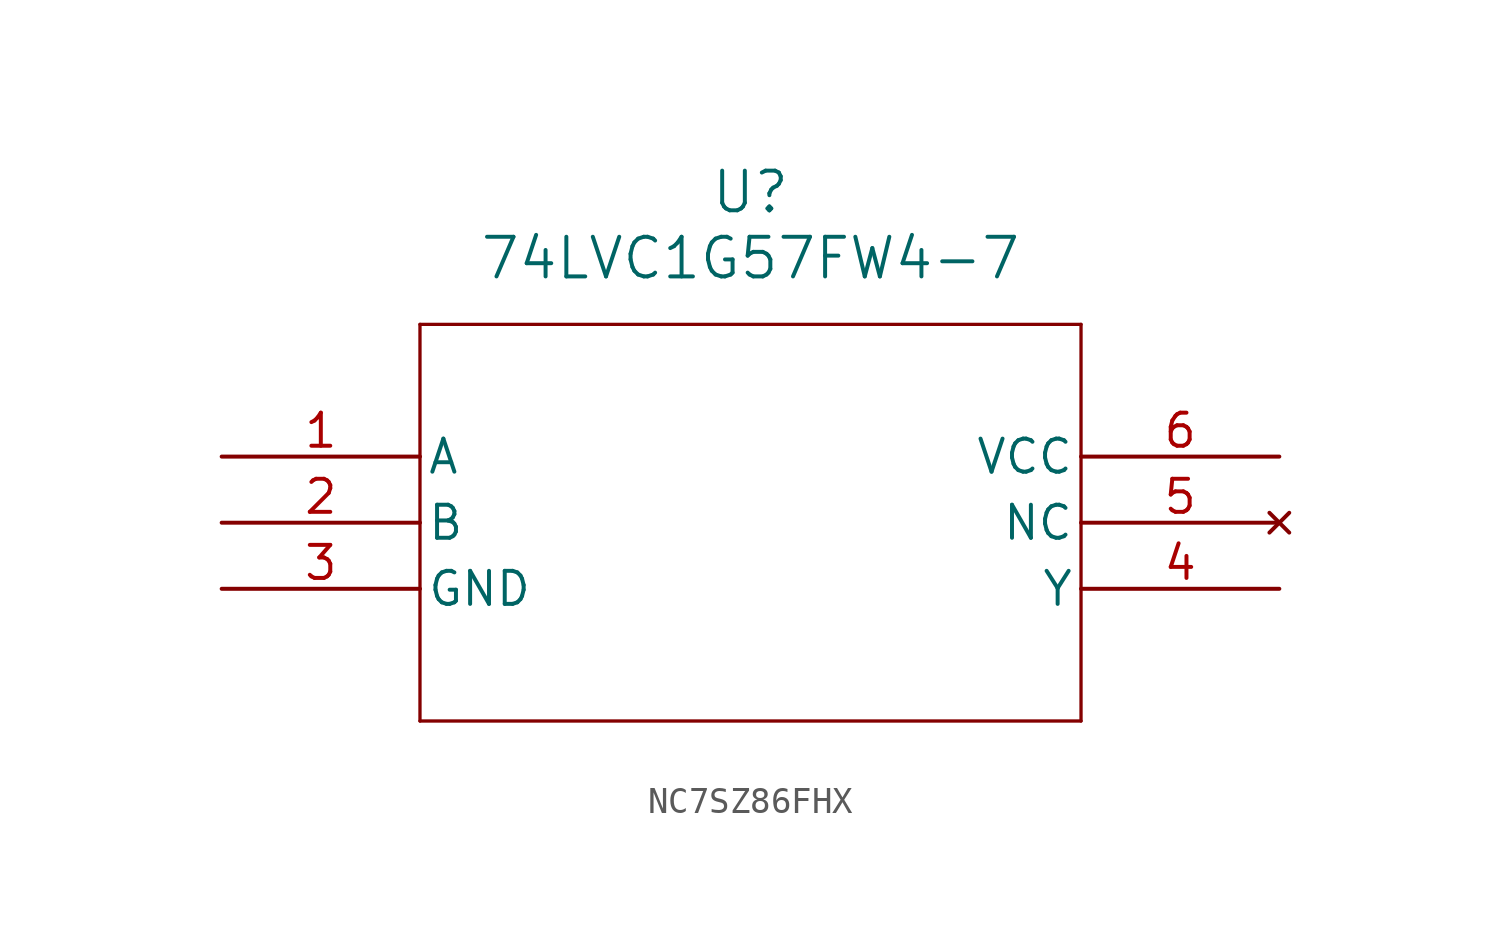
<source format=kicad_sym>
(kicad_symbol_lib
  (version 20241209)
  (generator "kicad_symbol_editor")
  (generator_version "9.0")
  (symbol "NC7SZ86FHX"
    (pin_names
      (offset 0.254))
    (property "Reference" "U"
      (at 20.32 10.16 0)
      (effects (font (size 1.524 1.524))))
    (property "Value" "74LVC1G57FW4-7"
      (at 20.32 7.62 0)
      (effects (font (size 1.524 1.524))))
    (property "ki_locked" ""
      (at 0 0 0)
      (effects (font (size 1.27 1.27))))
    (symbol "NC7SZ86FHX_0_1"
      (polyline (pts (xy 7.62 5.08) (xy 7.62 -10.16)) (stroke (width 0.127) (type default)) (fill (type none)))
      (polyline (pts (xy 7.62 -10.16) (xy 33.02 -10.16)) (stroke (width 0.127) (type default)) (fill (type none)))
      (polyline (pts (xy 33.02 5.08) (xy 7.62 5.08)) (stroke (width 0.127) (type default)) (fill (type none)))
      (polyline (pts (xy 33.02 -10.16) (xy 33.02 5.08)) (stroke (width 0.127) (type default)) (fill (type none)))
      (pin unspecified line (at 0 0 0) (length 7.62) (name "A" (effects (font (size 1.27 1.27)))) (number "1" (effects (font (size 1.27 1.27)))))
      (pin unspecified line (at 0 -2.54 0) (length 7.62) (name "B" (effects (font (size 1.27 1.27)))) (number "2" (effects (font (size 1.27 1.27)))))
      (pin power_out line (at 0 -5.08 0) (length 7.62) (name "GND" (effects (font (size 1.27 1.27)))) (number "3" (effects (font (size 1.27 1.27)))))
      (pin power_in line (at 40.64 0 180) (length 7.62) (name "VCC" (effects (font (size 1.27 1.27)))) (number "6" (effects (font (size 1.27 1.27)))))
      (pin no_connect line (at 40.64 -2.54 180) (length 7.62) (name "NC" (effects (font (size 1.27 1.27)))) (number "5" (effects (font (size 1.27 1.27)))))
      (pin unspecified line (at 40.64 -5.08 180) (length 7.62) (name "Y" (effects (font (size 1.27 1.27)))) (number "4" (effects (font (size 1.27 1.27))))))))
</source>
